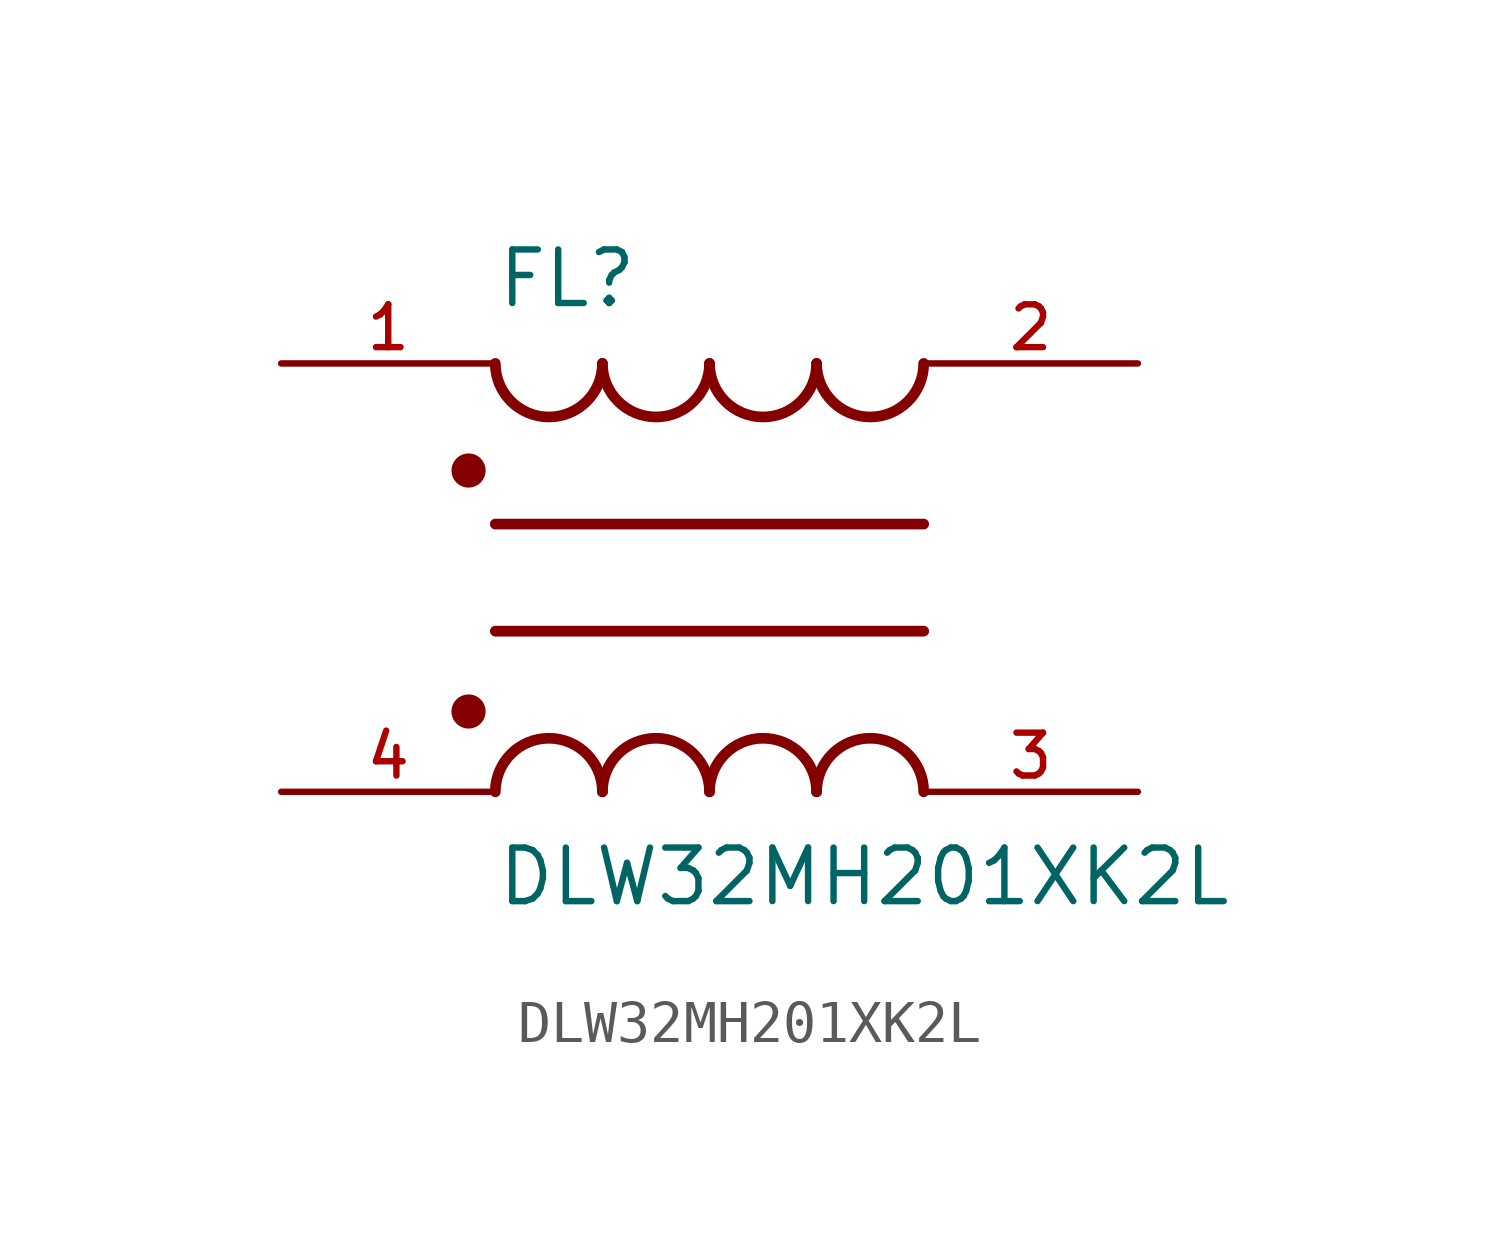
<source format=kicad_sym>
(kicad_symbol_lib
  (version 20211014)
  (generator kicad_symbol_editor)
  (symbol "DLW32MH201XK2L"
    (pin_names
      (offset 1.016))
    (property "Reference" "FL"
      (at -5.08 6.35 0)
      (effects (font (size 1.27 1.27)) (justify bottom left)))
    (property "Value" "DLW32MH201XK2L"
      (at -5.08 -6.35 0)
      (effects (font (size 1.27 1.27)) (justify top left)))
    (symbol "DLW32MH201XK2L_0_0"
      (arc (start -2.54 -5.08) (mid -3.81 -3.81) (end -5.08 -5.08) (stroke (width 0.254) (type default) (color 0 0 0 0)) (fill (type none)))
      (arc (start 0.0 -5.08) (mid -1.27 -3.81) (end -2.54 -5.08) (stroke (width 0.254) (type default) (color 0 0 0 0)) (fill (type none)))
      (arc (start 2.54 -5.08) (mid 1.27 -3.81) (end 0.0 -5.08) (stroke (width 0.254) (type default) (color 0 0 0 0)) (fill (type none)))
      (arc (start 5.08 -5.08) (mid 3.81 -3.81) (end 2.54 -5.08) (stroke (width 0.254) (type default) (color 0 0 0 0)) (fill (type none)))
      (polyline (pts (xy -5.08 -1.27) (xy 5.08 -1.27)) (stroke (width 0.254)))
      (circle (center -5.715 -3.175) (radius 0.203) (stroke (width 0.406)) (fill (type none)))
      (arc (start 2.54 5.08) (mid 3.81 3.81) (end 5.08 5.08) (stroke (width 0.254) (type default) (color 0 0 0 0)) (fill (type none)))
      (arc (start 0.0 5.08) (mid 1.27 3.81) (end 2.54 5.08) (stroke (width 0.254) (type default) (color 0 0 0 0)) (fill (type none)))
      (arc (start -2.54 5.08) (mid -1.27 3.81) (end 0.0 5.08) (stroke (width 0.254) (type default) (color 0 0 0 0)) (fill (type none)))
      (arc (start -5.08 5.08) (mid -3.81 3.81) (end -2.54 5.08) (stroke (width 0.254) (type default) (color 0 0 0 0)) (fill (type none)))
      (polyline (pts (xy 5.08 1.27) (xy -5.08 1.27)) (stroke (width 0.254)))
      (circle (center -5.715 2.54) (radius 0.203) (stroke (width 0.406)) (fill (type none)))
      (pin passive line (at -10.16 -5.08 0) (length 5.08) (name "~" (effects (font (size 1.016 1.016)))) (number "4" (effects (font (size 1.016 1.016)))))
      (pin passive line (at 10.16 -5.08 180.0) (length 5.08) (name "~" (effects (font (size 1.016 1.016)))) (number "3" (effects (font (size 1.016 1.016)))))
      (pin passive line (at 10.16 5.08 180.0) (length 5.08) (name "~" (effects (font (size 1.016 1.016)))) (number "2" (effects (font (size 1.016 1.016)))))
      (pin passive line (at -10.16 5.08 0) (length 5.08) (name "~" (effects (font (size 1.016 1.016)))) (number "1" (effects (font (size 1.016 1.016))))))))
</source>
